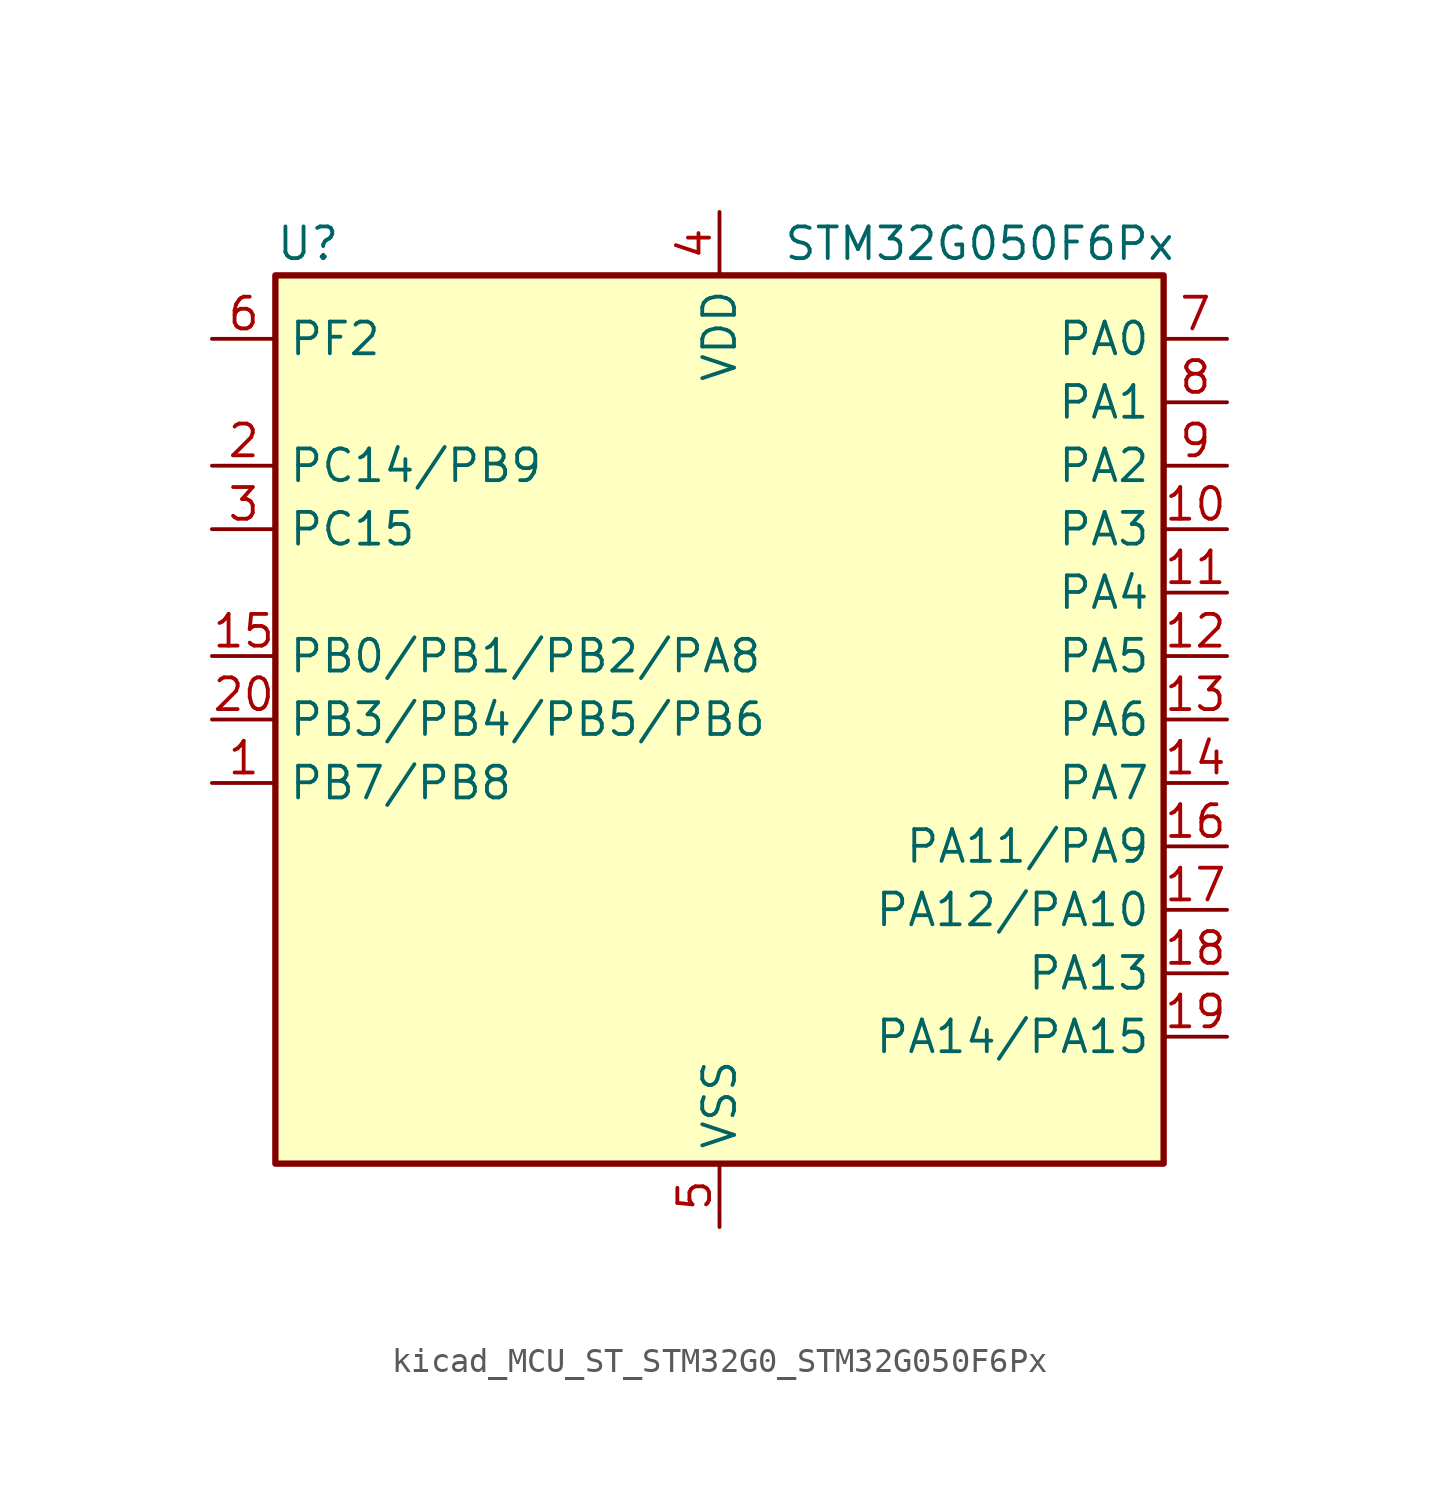
<source format=kicad_sym>
(kicad_symbol_lib
  (version 20220914)
  (generator kicad_symbol_editor)
  (symbol "kicad_MCU_ST_STM32G0_STM32G050F6Px"
    (property "Reference" "U"
      (at -17.78 19.05 0)
      (effects (font (size 1.27 1.27)) (justify left)))
    (property "Value" "STM32G050F6Px"
      (at 2.54 19.05 0)
      (effects (font (size 1.27 1.27)) (justify left)))
    (property "ki_locked" ""
      (at 0 0 0)
      (effects (font (size 1.27 1.27))))
    (symbol "kicad_MCU_ST_STM32G0_STM32G050F6Px_0_1"
      (rectangle (start -17.78 -17.78) (end 17.78 17.78) (stroke (width 0.254) (type default)) (fill (type background))))
    (symbol "kicad_MCU_ST_STM32G0_STM32G050F6Px_1_1"
      (pin bidirectional line (at -20.32 -2.54 0) (length 2.54) (name "PB7/PB8" (effects (font (size 1.27 1.27)))) (number "1" (effects (font (size 1.27 1.27)))) (alternate "ADC1_IN11" bidirectional line) (alternate "I2C1_SDA" bidirectional line) (alternate "SPI2_MOSI" bidirectional line) (alternate "SYS_PVD_IN" bidirectional line) (alternate "TIM17_CH1N" bidirectional line) (alternate "USART1_RX" bidirectional line))
      (pin bidirectional line (at 20.32 7.62 180) (length 2.54) (name "PA3" (effects (font (size 1.27 1.27)))) (number "10" (effects (font (size 1.27 1.27)))) (alternate "ADC1_IN3" bidirectional line) (alternate "SPI2_MISO" bidirectional line) (alternate "TIM15_CH2" bidirectional line) (alternate "USART2_RX" bidirectional line))
      (pin bidirectional line (at 20.32 5.08 180) (length 2.54) (name "PA4" (effects (font (size 1.27 1.27)))) (number "11" (effects (font (size 1.27 1.27)))) (alternate "ADC1_IN4" bidirectional line) (alternate "I2S1_WS" bidirectional line) (alternate "RTC_OUT1" bidirectional line) (alternate "RTC_TAMP_IN1" bidirectional line) (alternate "RTC_TS" bidirectional line) (alternate "SPI1_NSS" bidirectional line) (alternate "SPI2_MOSI" bidirectional line) (alternate "SYS_WKUP2" bidirectional line) (alternate "TIM14_CH1" bidirectional line))
      (pin bidirectional line (at 20.32 2.54 180) (length 2.54) (name "PA5" (effects (font (size 1.27 1.27)))) (number "12" (effects (font (size 1.27 1.27)))) (alternate "ADC1_IN5" bidirectional line) (alternate "I2S1_CK" bidirectional line) (alternate "SPI1_SCK" bidirectional line))
      (pin bidirectional line (at 20.32 0 180) (length 2.54) (name "PA6" (effects (font (size 1.27 1.27)))) (number "13" (effects (font (size 1.27 1.27)))) (alternate "ADC1_IN6" bidirectional line) (alternate "I2S1_MCK" bidirectional line) (alternate "SPI1_MISO" bidirectional line) (alternate "TIM16_CH1" bidirectional line) (alternate "TIM1_BK" bidirectional line) (alternate "TIM3_CH1" bidirectional line))
      (pin bidirectional line (at 20.32 -2.54 180) (length 2.54) (name "PA7" (effects (font (size 1.27 1.27)))) (number "14" (effects (font (size 1.27 1.27)))) (alternate "ADC1_IN7" bidirectional line) (alternate "I2S1_SD" bidirectional line) (alternate "SPI1_MOSI" bidirectional line) (alternate "TIM14_CH1" bidirectional line) (alternate "TIM17_CH1" bidirectional line) (alternate "TIM1_CH1N" bidirectional line) (alternate "TIM3_CH2" bidirectional line))
      (pin bidirectional line (at -20.32 2.54 0) (length 2.54) (name "PB0/PB1/PB2/PA8" (effects (font (size 1.27 1.27)))) (number "15" (effects (font (size 1.27 1.27)))) (alternate "ADC1_IN8" bidirectional line) (alternate "I2S1_WS" bidirectional line) (alternate "SPI1_NSS" bidirectional line) (alternate "TIM1_CH2N" bidirectional line) (alternate "TIM3_CH3" bidirectional line))
      (pin bidirectional line (at 20.32 -5.08 180) (length 2.54) (name "PA11/PA9" (effects (font (size 1.27 1.27)))) (number "16" (effects (font (size 1.27 1.27)))) (alternate "ADC1_EXTI11" bidirectional line) (alternate "ADC1_IN15" bidirectional line) (alternate "I2C2_SCL" bidirectional line) (alternate "I2S1_MCK" bidirectional line) (alternate "SPI1_MISO" bidirectional line) (alternate "TIM1_BK2" bidirectional line) (alternate "TIM1_CH4" bidirectional line) (alternate "USART1_CTS" bidirectional line) (alternate "USART1_NSS" bidirectional line))
      (pin bidirectional line (at 20.32 -7.62 180) (length 2.54) (name "PA12/PA10" (effects (font (size 1.27 1.27)))) (number "17" (effects (font (size 1.27 1.27)))) (alternate "ADC1_IN16" bidirectional line) (alternate "I2C2_SDA" bidirectional line) (alternate "I2S1_SD" bidirectional line) (alternate "I2S_CKIN" bidirectional line) (alternate "SPI1_MOSI" bidirectional line) (alternate "TIM1_ETR" bidirectional line) (alternate "USART1_CK" bidirectional line) (alternate "USART1_DE" bidirectional line) (alternate "USART1_RTS" bidirectional line))
      (pin bidirectional line (at 20.32 -10.16 180) (length 2.54) (name "PA13" (effects (font (size 1.27 1.27)))) (number "18" (effects (font (size 1.27 1.27)))) (alternate "ADC1_IN17" bidirectional line) (alternate "IR_OUT" bidirectional line) (alternate "SYS_SWDIO" bidirectional line))
      (pin bidirectional line (at 20.32 -12.7 180) (length 2.54) (name "PA14/PA15" (effects (font (size 1.27 1.27)))) (number "19" (effects (font (size 1.27 1.27)))) (alternate "ADC1_IN18" bidirectional line) (alternate "SYS_SWCLK" bidirectional line) (alternate "USART2_TX" bidirectional line))
      (pin bidirectional line (at -20.32 10.16 0) (length 2.54) (name "PC14/PB9" (effects (font (size 1.27 1.27)))) (number "2" (effects (font (size 1.27 1.27)))) (alternate "RCC_OSC32_IN" bidirectional line) (alternate "RCC_OSC_IN" bidirectional line) (alternate "TIM1_BK2" bidirectional line))
      (pin bidirectional line (at -20.32 0 0) (length 2.54) (name "PB3/PB4/PB5/PB6" (effects (font (size 1.27 1.27)))) (number "20" (effects (font (size 1.27 1.27)))) (alternate "I2S1_CK" bidirectional line) (alternate "SPI1_SCK" bidirectional line) (alternate "TIM1_CH2" bidirectional line) (alternate "USART1_CK" bidirectional line) (alternate "USART1_DE" bidirectional line) (alternate "USART1_RTS" bidirectional line))
      (pin bidirectional line (at -20.32 7.62 0) (length 2.54) (name "PC15" (effects (font (size 1.27 1.27)))) (number "3" (effects (font (size 1.27 1.27)))) (alternate "RCC_OSC32_EN" bidirectional line) (alternate "RCC_OSC32_OUT" bidirectional line) (alternate "RCC_OSC_EN" bidirectional line) (alternate "TIM15_BK" bidirectional line))
      (pin power_in line (at 0 20.32 270) (length 2.54) (name "VDD" (effects (font (size 1.27 1.27)))) (number "4" (effects (font (size 1.27 1.27)))))
      (pin power_in line (at 0 -20.32 90) (length 2.54) (name "VSS" (effects (font (size 1.27 1.27)))) (number "5" (effects (font (size 1.27 1.27)))))
      (pin bidirectional line (at -20.32 15.24 0) (length 2.54) (name "PF2" (effects (font (size 1.27 1.27)))) (number "6" (effects (font (size 1.27 1.27)))) (alternate "RCC_MCO" bidirectional line))
      (pin bidirectional line (at 20.32 15.24 180) (length 2.54) (name "PA0" (effects (font (size 1.27 1.27)))) (number "7" (effects (font (size 1.27 1.27)))) (alternate "ADC1_IN0" bidirectional line) (alternate "RTC_TAMP_IN2" bidirectional line) (alternate "SPI2_SCK" bidirectional line) (alternate "SYS_WKUP1" bidirectional line) (alternate "USART2_CTS" bidirectional line) (alternate "USART2_NSS" bidirectional line))
      (pin bidirectional line (at 20.32 12.7 180) (length 2.54) (name "PA1" (effects (font (size 1.27 1.27)))) (number "8" (effects (font (size 1.27 1.27)))) (alternate "ADC1_IN1" bidirectional line) (alternate "I2C1_SMBA" bidirectional line) (alternate "I2S1_CK" bidirectional line) (alternate "SPI1_SCK" bidirectional line) (alternate "TIM15_CH1N" bidirectional line) (alternate "USART2_CK" bidirectional line) (alternate "USART2_DE" bidirectional line) (alternate "USART2_RTS" bidirectional line))
      (pin bidirectional line (at 20.32 10.16 180) (length 2.54) (name "PA2" (effects (font (size 1.27 1.27)))) (number "9" (effects (font (size 1.27 1.27)))) (alternate "ADC1_IN2" bidirectional line) (alternate "I2S1_SD" bidirectional line) (alternate "RCC_LSCO" bidirectional line) (alternate "SPI1_MOSI" bidirectional line) (alternate "SYS_WKUP4" bidirectional line) (alternate "TIM15_CH1" bidirectional line) (alternate "USART2_TX" bidirectional line)))))
</source>
